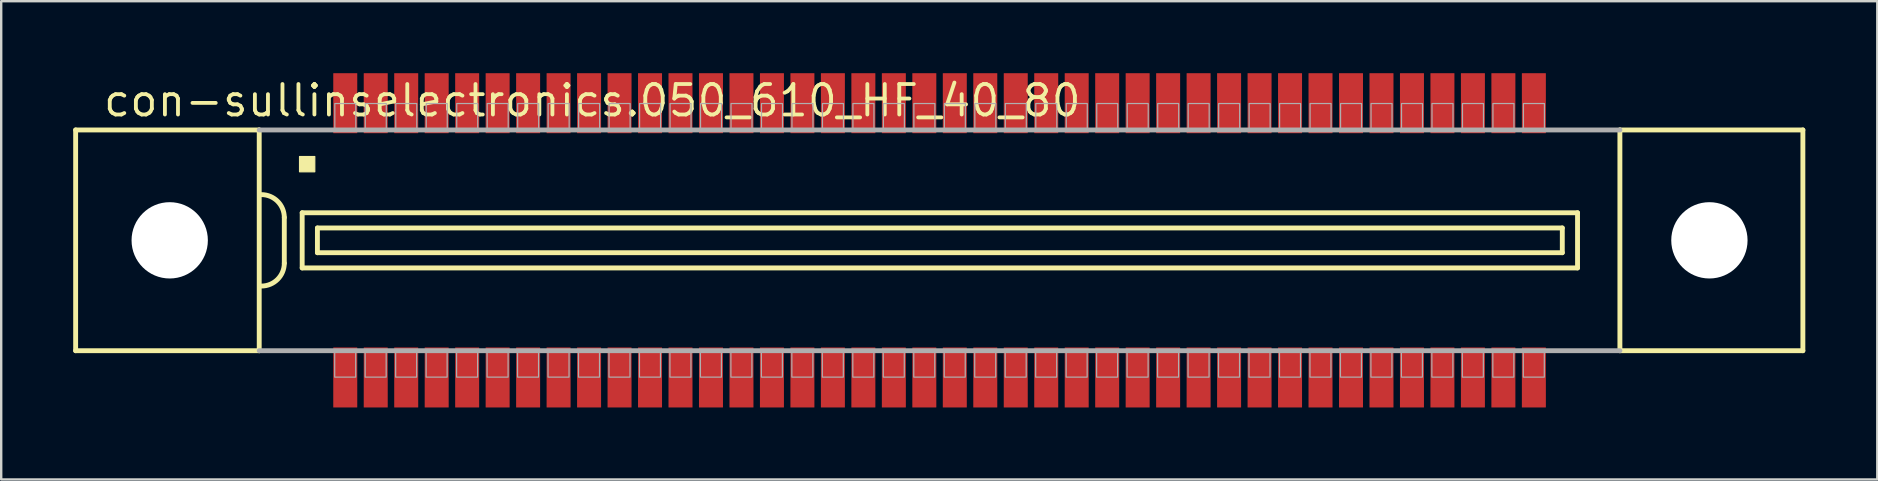
<source format=kicad_pcb>
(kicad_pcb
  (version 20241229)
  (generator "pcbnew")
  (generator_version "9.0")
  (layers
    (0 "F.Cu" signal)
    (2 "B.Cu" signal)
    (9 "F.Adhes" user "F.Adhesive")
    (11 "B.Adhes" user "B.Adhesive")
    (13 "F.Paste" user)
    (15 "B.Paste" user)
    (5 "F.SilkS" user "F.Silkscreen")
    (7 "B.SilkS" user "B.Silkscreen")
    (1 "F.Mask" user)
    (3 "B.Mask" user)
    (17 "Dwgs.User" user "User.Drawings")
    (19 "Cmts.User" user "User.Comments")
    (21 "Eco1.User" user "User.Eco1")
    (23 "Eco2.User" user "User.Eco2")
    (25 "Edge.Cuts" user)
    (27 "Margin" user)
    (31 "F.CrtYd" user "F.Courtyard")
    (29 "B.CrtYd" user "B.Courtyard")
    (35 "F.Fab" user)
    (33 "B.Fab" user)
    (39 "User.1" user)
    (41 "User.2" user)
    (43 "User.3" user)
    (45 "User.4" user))
  (footprint "con-sullinselectronics.050_610_HF_40_80"
    (layer "F.Cu")
    (at 36.102 6.965)
    (property "Reference" "con-sullinselectronics.050_610_HF_40_80" (at -34.925 -5.08 0) (layer "F.SilkS") (effects (font (size 1.27 1.27) (thickness 0.16)) (justify left bottom)))
    (attr smd)
    (fp_line (start -36 -4.6) (end -36 4.6) (stroke (width 0.203) (type default)) (layer "F.SilkS"))
    (fp_line (start -36 4.6) (end -28.35 4.6) (stroke (width 0.203) (type default)) (layer "F.SilkS"))
    (fp_line (start -28.35 -4.6) (end -36 -4.6) (stroke (width 0.203) (type default)) (layer "F.SilkS"))
    (fp_line (start -28.35 -4.6) (end -28.35 4.6) (stroke (width 0.203) (type default)) (layer "F.SilkS"))
    (fp_line (start -27.305 -0.953) (end -27.305 0.953) (stroke (width 0.203) (type default)) (layer "F.SilkS"))
    (fp_line (start -26.56 -1.15) (end -26.56 1.15) (stroke (width 0.203) (type default)) (layer "F.SilkS"))
    (fp_line (start -26.56 1.15) (end 26.585 1.15) (stroke (width 0.203) (type default)) (layer "F.SilkS"))
    (fp_line (start -25.925 -0.515) (end -25.925 0.515) (stroke (width 0.203) (type default)) (layer "F.SilkS"))
    (fp_line (start -25.925 0.515) (end 25.95 0.515) (stroke (width 0.203) (type default)) (layer "F.SilkS"))
    (fp_line (start 25.95 -0.515) (end -25.925 -0.515) (stroke (width 0.203) (type default)) (layer "F.SilkS"))
    (fp_line (start 25.95 0.515) (end 25.95 -0.515) (stroke (width 0.203) (type default)) (layer "F.SilkS"))
    (fp_line (start 26.585 -1.15) (end -26.56 -1.15) (stroke (width 0.203) (type default)) (layer "F.SilkS"))
    (fp_line (start 26.585 1.15) (end 26.585 -1.15) (stroke (width 0.203) (type default)) (layer "F.SilkS"))
    (fp_line (start 28.35 4.6) (end 28.35 -4.6) (stroke (width 0.203) (type default)) (layer "F.SilkS"))
    (fp_line (start 28.35 4.6) (end 35.975 4.6) (stroke (width 0.203) (type default)) (layer "F.SilkS"))
    (fp_line (start 35.975 -4.6) (end 28.35 -4.6) (stroke (width 0.203) (type default)) (layer "F.SilkS"))
    (fp_line (start 35.975 4.6) (end 35.975 -4.6) (stroke (width 0.203) (type default)) (layer "F.SilkS"))
    (fp_rect (start -26.67 -2.857) (end -26.035 -3.493) (stroke (width 0.05) (type default)) (fill yes) (layer "F.SilkS"))
    (fp_arc (start -28.2575 -1.905) (mid -27.583981 -1.626019) (end -27.305 -0.9525) (stroke (width 0.2032) (type default)) (layer "F.SilkS"))
    (fp_arc (start -27.305 0.9525) (mid -27.58401 1.62599) (end -28.2575 1.905) (stroke (width 0.2032) (type default)) (layer "F.SilkS"))
    (fp_line (start -28.35 4.6) (end 28.35 4.6) (stroke (width 0.203) (type default)) (layer "F.Fab"))
    (fp_line (start 28.35 -4.6) (end -28.35 -4.6) (stroke (width 0.203) (type default)) (layer "F.Fab"))
    (fp_rect (start -25.205 5.7) (end -24.33 4.65) (stroke (width 0.05) (type default)) (fill no) (layer "F.Fab"))
    (fp_rect (start -25.2 -4.65) (end -24.325 -5.7) (stroke (width 0.05) (type default)) (fill no) (layer "F.Fab"))
    (fp_rect (start -23.935 5.7) (end -23.06 4.65) (stroke (width 0.05) (type default)) (fill no) (layer "F.Fab"))
    (fp_rect (start -23.93 -4.65) (end -23.055 -5.7) (stroke (width 0.05) (type default)) (fill no) (layer "F.Fab"))
    (fp_rect (start -22.665 5.7) (end -21.79 4.65) (stroke (width 0.05) (type default)) (fill no) (layer "F.Fab"))
    (fp_rect (start -22.66 -4.65) (end -21.785 -5.7) (stroke (width 0.05) (type default)) (fill no) (layer "F.Fab"))
    (fp_rect (start -21.395 5.7) (end -20.52 4.65) (stroke (width 0.05) (type default)) (fill no) (layer "F.Fab"))
    (fp_rect (start -21.39 -4.65) (end -20.515 -5.7) (stroke (width 0.05) (type default)) (fill no) (layer "F.Fab"))
    (fp_rect (start -20.125 5.7) (end -19.25 4.65) (stroke (width 0.05) (type default)) (fill no) (layer "F.Fab"))
    (fp_rect (start -20.12 -4.65) (end -19.245 -5.7) (stroke (width 0.05) (type default)) (fill no) (layer "F.Fab"))
    (fp_rect (start -18.855 5.7) (end -17.98 4.65) (stroke (width 0.05) (type default)) (fill no) (layer "F.Fab"))
    (fp_rect (start -18.85 -4.65) (end -17.975 -5.7) (stroke (width 0.05) (type default)) (fill no) (layer "F.Fab"))
    (fp_rect (start -17.585 5.7) (end -16.71 4.65) (stroke (width 0.05) (type default)) (fill no) (layer "F.Fab"))
    (fp_rect (start -17.58 -4.65) (end -16.705 -5.7) (stroke (width 0.05) (type default)) (fill no) (layer "F.Fab"))
    (fp_rect (start -16.315 5.7) (end -15.44 4.65) (stroke (width 0.05) (type default)) (fill no) (layer "F.Fab"))
    (fp_rect (start -16.31 -4.65) (end -15.435 -5.7) (stroke (width 0.05) (type default)) (fill no) (layer "F.Fab"))
    (fp_rect (start -15.045 5.7) (end -14.17 4.65) (stroke (width 0.05) (type default)) (fill no) (layer "F.Fab"))
    (fp_rect (start -15.04 -4.65) (end -14.165 -5.7) (stroke (width 0.05) (type default)) (fill no) (layer "F.Fab"))
    (fp_rect (start -13.775 5.7) (end -12.9 4.65) (stroke (width 0.05) (type default)) (fill no) (layer "F.Fab"))
    (fp_rect (start -13.77 -4.65) (end -12.895 -5.7) (stroke (width 0.05) (type default)) (fill no) (layer "F.Fab"))
    (fp_rect (start -12.505 5.7) (end -11.63 4.65) (stroke (width 0.05) (type default)) (fill no) (layer "F.Fab"))
    (fp_rect (start -12.5 -4.65) (end -11.625 -5.7) (stroke (width 0.05) (type default)) (fill no) (layer "F.Fab"))
    (fp_rect (start -11.235 5.7) (end -10.36 4.65) (stroke (width 0.05) (type default)) (fill no) (layer "F.Fab"))
    (fp_rect (start -11.23 -4.65) (end -10.355 -5.7) (stroke (width 0.05) (type default)) (fill no) (layer "F.Fab"))
    (fp_rect (start -9.965 5.7) (end -9.09 4.65) (stroke (width 0.05) (type default)) (fill no) (layer "F.Fab"))
    (fp_rect (start -9.96 -4.65) (end -9.085 -5.7) (stroke (width 0.05) (type default)) (fill no) (layer "F.Fab"))
    (fp_rect (start -8.695 5.7) (end -7.82 4.65) (stroke (width 0.05) (type default)) (fill no) (layer "F.Fab"))
    (fp_rect (start -8.69 -4.65) (end -7.815 -5.7) (stroke (width 0.05) (type default)) (fill no) (layer "F.Fab"))
    (fp_rect (start -7.425 5.7) (end -6.55 4.65) (stroke (width 0.05) (type default)) (fill no) (layer "F.Fab"))
    (fp_rect (start -7.42 -4.65) (end -6.545 -5.7) (stroke (width 0.05) (type default)) (fill no) (layer "F.Fab"))
    (fp_rect (start -6.155 5.7) (end -5.28 4.65) (stroke (width 0.05) (type default)) (fill no) (layer "F.Fab"))
    (fp_rect (start -6.15 -4.65) (end -5.275 -5.7) (stroke (width 0.05) (type default)) (fill no) (layer "F.Fab"))
    (fp_rect (start -4.885 5.7) (end -4.01 4.65) (stroke (width 0.05) (type default)) (fill no) (layer "F.Fab"))
    (fp_rect (start -4.88 -4.65) (end -4.005 -5.7) (stroke (width 0.05) (type default)) (fill no) (layer "F.Fab"))
    (fp_rect (start -3.615 5.7) (end -2.74 4.65) (stroke (width 0.05) (type default)) (fill no) (layer "F.Fab"))
    (fp_rect (start -3.61 -4.65) (end -2.735 -5.7) (stroke (width 0.05) (type default)) (fill no) (layer "F.Fab"))
    (fp_rect (start -2.345 5.7) (end -1.47 4.65) (stroke (width 0.05) (type default)) (fill no) (layer "F.Fab"))
    (fp_rect (start -2.34 -4.65) (end -1.465 -5.7) (stroke (width 0.05) (type default)) (fill no) (layer "F.Fab"))
    (fp_rect (start -1.075 5.7) (end -0.2 4.65) (stroke (width 0.05) (type default)) (fill no) (layer "F.Fab"))
    (fp_rect (start -1.07 -4.65) (end -0.195 -5.7) (stroke (width 0.05) (type default)) (fill no) (layer "F.Fab"))
    (fp_rect (start 0.195 5.7) (end 1.07 4.65) (stroke (width 0.05) (type default)) (fill no) (layer "F.Fab"))
    (fp_rect (start 0.2 -4.65) (end 1.075 -5.7) (stroke (width 0.05) (type default)) (fill no) (layer "F.Fab"))
    (fp_rect (start 1.465 5.7) (end 2.34 4.65) (stroke (width 0.05) (type default)) (fill no) (layer "F.Fab"))
    (fp_rect (start 1.47 -4.65) (end 2.345 -5.7) (stroke (width 0.05) (type default)) (fill no) (layer "F.Fab"))
    (fp_rect (start 2.735 5.7) (end 3.61 4.65) (stroke (width 0.05) (type default)) (fill no) (layer "F.Fab"))
    (fp_rect (start 2.74 -4.65) (end 3.615 -5.7) (stroke (width 0.05) (type default)) (fill no) (layer "F.Fab"))
    (fp_rect (start 4.005 5.7) (end 4.88 4.65) (stroke (width 0.05) (type default)) (fill no) (layer "F.Fab"))
    (fp_rect (start 4.01 -4.65) (end 4.885 -5.7) (stroke (width 0.05) (type default)) (fill no) (layer "F.Fab"))
    (fp_rect (start 5.275 5.7) (end 6.15 4.65) (stroke (width 0.05) (type default)) (fill no) (layer "F.Fab"))
    (fp_rect (start 5.28 -4.65) (end 6.155 -5.7) (stroke (width 0.05) (type default)) (fill no) (layer "F.Fab"))
    (fp_rect (start 6.545 5.7) (end 7.42 4.65) (stroke (width 0.05) (type default)) (fill no) (layer "F.Fab"))
    (fp_rect (start 6.55 -4.65) (end 7.425 -5.7) (stroke (width 0.05) (type default)) (fill no) (layer "F.Fab"))
    (fp_rect (start 7.815 5.7) (end 8.69 4.65) (stroke (width 0.05) (type default)) (fill no) (layer "F.Fab"))
    (fp_rect (start 7.82 -4.65) (end 8.695 -5.7) (stroke (width 0.05) (type default)) (fill no) (layer "F.Fab"))
    (fp_rect (start 9.085 5.7) (end 9.96 4.65) (stroke (width 0.05) (type default)) (fill no) (layer "F.Fab"))
    (fp_rect (start 9.09 -4.65) (end 9.965 -5.7) (stroke (width 0.05) (type default)) (fill no) (layer "F.Fab"))
    (fp_rect (start 10.355 5.7) (end 11.23 4.65) (stroke (width 0.05) (type default)) (fill no) (layer "F.Fab"))
    (fp_rect (start 10.36 -4.65) (end 11.235 -5.7) (stroke (width 0.05) (type default)) (fill no) (layer "F.Fab"))
    (fp_rect (start 11.625 5.7) (end 12.5 4.65) (stroke (width 0.05) (type default)) (fill no) (layer "F.Fab"))
    (fp_rect (start 11.63 -4.65) (end 12.505 -5.7) (stroke (width 0.05) (type default)) (fill no) (layer "F.Fab"))
    (fp_rect (start 12.895 5.7) (end 13.77 4.65) (stroke (width 0.05) (type default)) (fill no) (layer "F.Fab"))
    (fp_rect (start 12.9 -4.65) (end 13.775 -5.7) (stroke (width 0.05) (type default)) (fill no) (layer "F.Fab"))
    (fp_rect (start 14.165 5.7) (end 15.04 4.65) (stroke (width 0.05) (type default)) (fill no) (layer "F.Fab"))
    (fp_rect (start 14.17 -4.65) (end 15.045 -5.7) (stroke (width 0.05) (type default)) (fill no) (layer "F.Fab"))
    (fp_rect (start 15.435 5.7) (end 16.31 4.65) (stroke (width 0.05) (type default)) (fill no) (layer "F.Fab"))
    (fp_rect (start 15.44 -4.65) (end 16.315 -5.7) (stroke (width 0.05) (type default)) (fill no) (layer "F.Fab"))
    (fp_rect (start 16.705 5.7) (end 17.58 4.65) (stroke (width 0.05) (type default)) (fill no) (layer "F.Fab"))
    (fp_rect (start 16.71 -4.65) (end 17.585 -5.7) (stroke (width 0.05) (type default)) (fill no) (layer "F.Fab"))
    (fp_rect (start 17.975 5.7) (end 18.85 4.65) (stroke (width 0.05) (type default)) (fill no) (layer "F.Fab"))
    (fp_rect (start 17.98 -4.65) (end 18.855 -5.7) (stroke (width 0.05) (type default)) (fill no) (layer "F.Fab"))
    (fp_rect (start 19.245 5.7) (end 20.12 4.65) (stroke (width 0.05) (type default)) (fill no) (layer "F.Fab"))
    (fp_rect (start 19.25 -4.65) (end 20.125 -5.7) (stroke (width 0.05) (type default)) (fill no) (layer "F.Fab"))
    (fp_rect (start 20.515 5.7) (end 21.39 4.65) (stroke (width 0.05) (type default)) (fill no) (layer "F.Fab"))
    (fp_rect (start 20.52 -4.65) (end 21.395 -5.7) (stroke (width 0.05) (type default)) (fill no) (layer "F.Fab"))
    (fp_rect (start 21.785 5.7) (end 22.66 4.65) (stroke (width 0.05) (type default)) (fill no) (layer "F.Fab"))
    (fp_rect (start 21.79 -4.65) (end 22.665 -5.7) (stroke (width 0.05) (type default)) (fill no) (layer "F.Fab"))
    (fp_rect (start 23.055 5.7) (end 23.93 4.65) (stroke (width 0.05) (type default)) (fill no) (layer "F.Fab"))
    (fp_rect (start 23.06 -4.65) (end 23.935 -5.7) (stroke (width 0.05) (type default)) (fill no) (layer "F.Fab"))
    (fp_rect (start 24.325 5.7) (end 25.2 4.65) (stroke (width 0.05) (type default)) (fill no) (layer "F.Fab"))
    (fp_rect (start 24.33 -4.65) (end 25.205 -5.7) (stroke (width 0.05) (type default)) (fill no) (layer "F.Fab"))
    (pad "" np_thru_hole circle (at -32.08 0) (size 3.18 3.18) (drill 3.18) (layers "*.Cu" "*.Mask"))
    (pad "" np_thru_hole circle (at 32.08 0) (size 3.18 3.18) (drill 3.18) (layers "*.Cu" "*.Mask"))
    (pad "1" smd roundrect (at -24.765 -5.715) (size 1 2.5) (layers "F.Cu" "F.Mask" "F.Paste") (roundrect_rratio 0.01))
    (pad "2" smd roundrect (at -23.495 -5.715) (size 1 2.5) (layers "F.Cu" "F.Mask" "F.Paste") (roundrect_rratio 0.01))
    (pad "3" smd roundrect (at -22.225 -5.715) (size 1 2.5) (layers "F.Cu" "F.Mask" "F.Paste") (roundrect_rratio 0.01))
    (pad "4" smd roundrect (at -20.955 -5.715) (size 1 2.5) (layers "F.Cu" "F.Mask" "F.Paste") (roundrect_rratio 0.01))
    (pad "5" smd roundrect (at -19.685 -5.715) (size 1 2.5) (layers "F.Cu" "F.Mask" "F.Paste") (roundrect_rratio 0.01))
    (pad "6" smd roundrect (at -18.415 -5.715) (size 1 2.5) (layers "F.Cu" "F.Mask" "F.Paste") (roundrect_rratio 0.01))
    (pad "7" smd roundrect (at -17.145 -5.715) (size 1 2.5) (layers "F.Cu" "F.Mask" "F.Paste") (roundrect_rratio 0.01))
    (pad "8" smd roundrect (at -15.875 -5.715) (size 1 2.5) (layers "F.Cu" "F.Mask" "F.Paste") (roundrect_rratio 0.01))
    (pad "9" smd roundrect (at -14.605 -5.715) (size 1 2.5) (layers "F.Cu" "F.Mask" "F.Paste") (roundrect_rratio 0.01))
    (pad "10" smd roundrect (at -13.335 -5.715) (size 1 2.5) (layers "F.Cu" "F.Mask" "F.Paste") (roundrect_rratio 0.01))
    (pad "11" smd roundrect (at -12.065 -5.715 180) (size 1 2.5) (layers "F.Cu" "F.Mask" "F.Paste") (roundrect_rratio 0.01))
    (pad "12" smd roundrect (at -10.795 -5.715 180) (size 1 2.5) (layers "F.Cu" "F.Mask" "F.Paste") (roundrect_rratio 0.01))
    (pad "13" smd roundrect (at -9.525 -5.715 180) (size 1 2.5) (layers "F.Cu" "F.Mask" "F.Paste") (roundrect_rratio 0.01))
    (pad "14" smd roundrect (at -8.255 -5.715 180) (size 1 2.5) (layers "F.Cu" "F.Mask" "F.Paste") (roundrect_rratio 0.01))
    (pad "15" smd roundrect (at -6.985 -5.715 180) (size 1 2.5) (layers "F.Cu" "F.Mask" "F.Paste") (roundrect_rratio 0.01))
    (pad "16" smd roundrect (at -5.715 -5.715 180) (size 1 2.5) (layers "F.Cu" "F.Mask" "F.Paste") (roundrect_rratio 0.01))
    (pad "17" smd roundrect (at -4.445 -5.715 180) (size 1 2.5) (layers "F.Cu" "F.Mask" "F.Paste") (roundrect_rratio 0.01))
    (pad "18" smd roundrect (at -3.175 -5.715 180) (size 1 2.5) (layers "F.Cu" "F.Mask" "F.Paste") (roundrect_rratio 0.01))
    (pad "19" smd roundrect (at -1.905 -5.715 180) (size 1 2.5) (layers "F.Cu" "F.Mask" "F.Paste") (roundrect_rratio 0.01))
    (pad "20" smd roundrect (at -0.635 -5.715 180) (size 1 2.5) (layers "F.Cu" "F.Mask" "F.Paste") (roundrect_rratio 0.01))
    (pad "21" smd roundrect (at 0.635 -5.715 180) (size 1 2.5) (layers "F.Cu" "F.Mask" "F.Paste") (roundrect_rratio 0.01))
    (pad "22" smd roundrect (at 1.905 -5.715 180) (size 1 2.5) (layers "F.Cu" "F.Mask" "F.Paste") (roundrect_rratio 0.01))
    (pad "23" smd roundrect (at 3.175 -5.715 180) (size 1 2.5) (layers "F.Cu" "F.Mask" "F.Paste") (roundrect_rratio 0.01))
    (pad "24" smd roundrect (at 4.445 -5.715 180) (size 1 2.5) (layers "F.Cu" "F.Mask" "F.Paste") (roundrect_rratio 0.01))
    (pad "25" smd roundrect (at 5.715 -5.715 180) (size 1 2.5) (layers "F.Cu" "F.Mask" "F.Paste") (roundrect_rratio 0.01))
    (pad "26" smd roundrect (at 6.985 -5.715 180) (size 1 2.5) (layers "F.Cu" "F.Mask" "F.Paste") (roundrect_rratio 0.01))
    (pad "27" smd roundrect (at 8.255 -5.715 180) (size 1 2.5) (layers "F.Cu" "F.Mask" "F.Paste") (roundrect_rratio 0.01))
    (pad "28" smd roundrect (at 9.525 -5.715 180) (size 1 2.5) (layers "F.Cu" "F.Mask" "F.Paste") (roundrect_rratio 0.01))
    (pad "29" smd roundrect (at 10.795 -5.715 180) (size 1 2.5) (layers "F.Cu" "F.Mask" "F.Paste") (roundrect_rratio 0.01))
    (pad "30" smd roundrect (at 12.065 -5.715 180) (size 1 2.5) (layers "F.Cu" "F.Mask" "F.Paste") (roundrect_rratio 0.01))
    (pad "31" smd roundrect (at 13.335 -5.715 180) (size 1 2.5) (layers "F.Cu" "F.Mask" "F.Paste") (roundrect_rratio 0.01))
    (pad "32" smd roundrect (at 14.605 -5.715 180) (size 1 2.5) (layers "F.Cu" "F.Mask" "F.Paste") (roundrect_rratio 0.01))
    (pad "33" smd roundrect (at 15.875 -5.715 180) (size 1 2.5) (layers "F.Cu" "F.Mask" "F.Paste") (roundrect_rratio 0.01))
    (pad "34" smd roundrect (at 17.145 -5.715 180) (size 1 2.5) (layers "F.Cu" "F.Mask" "F.Paste") (roundrect_rratio 0.01))
    (pad "35" smd roundrect (at 18.415 -5.715 180) (size 1 2.5) (layers "F.Cu" "F.Mask" "F.Paste") (roundrect_rratio 0.01))
    (pad "36" smd roundrect (at 19.685 -5.715 180) (size 1 2.5) (layers "F.Cu" "F.Mask" "F.Paste") (roundrect_rratio 0.01))
    (pad "37" smd roundrect (at 20.955 -5.715 180) (size 1 2.5) (layers "F.Cu" "F.Mask" "F.Paste") (roundrect_rratio 0.01))
    (pad "38" smd roundrect (at 22.225 -5.715 180) (size 1 2.5) (layers "F.Cu" "F.Mask" "F.Paste") (roundrect_rratio 0.01))
    (pad "39" smd roundrect (at 23.495 -5.715 180) (size 1 2.5) (layers "F.Cu" "F.Mask" "F.Paste") (roundrect_rratio 0.01))
    (pad "40" smd roundrect (at 24.765 -5.715 180) (size 1 2.5) (layers "F.Cu" "F.Mask" "F.Paste") (roundrect_rratio 0.01))
    (pad "41" smd roundrect (at -24.765 5.715) (size 1 2.5) (layers "F.Cu" "F.Mask" "F.Paste") (roundrect_rratio 0.01))
    (pad "42" smd roundrect (at -23.495 5.715) (size 1 2.5) (layers "F.Cu" "F.Mask" "F.Paste") (roundrect_rratio 0.01))
    (pad "43" smd roundrect (at -22.225 5.715) (size 1 2.5) (layers "F.Cu" "F.Mask" "F.Paste") (roundrect_rratio 0.01))
    (pad "44" smd roundrect (at -20.955 5.715) (size 1 2.5) (layers "F.Cu" "F.Mask" "F.Paste") (roundrect_rratio 0.01))
    (pad "45" smd roundrect (at -19.685 5.715) (size 1 2.5) (layers "F.Cu" "F.Mask" "F.Paste") (roundrect_rratio 0.01))
    (pad "46" smd roundrect (at -18.415 5.715) (size 1 2.5) (layers "F.Cu" "F.Mask" "F.Paste") (roundrect_rratio 0.01))
    (pad "47" smd roundrect (at -17.145 5.715) (size 1 2.5) (layers "F.Cu" "F.Mask" "F.Paste") (roundrect_rratio 0.01))
    (pad "48" smd roundrect (at -15.875 5.715) (size 1 2.5) (layers "F.Cu" "F.Mask" "F.Paste") (roundrect_rratio 0.01))
    (pad "49" smd roundrect (at -14.605 5.715) (size 1 2.5) (layers "F.Cu" "F.Mask" "F.Paste") (roundrect_rratio 0.01))
    (pad "50" smd roundrect (at -13.335 5.715) (size 1 2.5) (layers "F.Cu" "F.Mask" "F.Paste") (roundrect_rratio 0.01))
    (pad "51" smd roundrect (at -12.065 5.715) (size 1 2.5) (layers "F.Cu" "F.Mask" "F.Paste") (roundrect_rratio 0.01))
    (pad "52" smd roundrect (at -10.795 5.715) (size 1 2.5) (layers "F.Cu" "F.Mask" "F.Paste") (roundrect_rratio 0.01))
    (pad "53" smd roundrect (at -9.525 5.715) (size 1 2.5) (layers "F.Cu" "F.Mask" "F.Paste") (roundrect_rratio 0.01))
    (pad "54" smd roundrect (at -8.255 5.715) (size 1 2.5) (layers "F.Cu" "F.Mask" "F.Paste") (roundrect_rratio 0.01))
    (pad "55" smd roundrect (at -6.985 5.715) (size 1 2.5) (layers "F.Cu" "F.Mask" "F.Paste") (roundrect_rratio 0.01))
    (pad "56" smd roundrect (at -5.715 5.715) (size 1 2.5) (layers "F.Cu" "F.Mask" "F.Paste") (roundrect_rratio 0.01))
    (pad "57" smd roundrect (at -4.445 5.715) (size 1 2.5) (layers "F.Cu" "F.Mask" "F.Paste") (roundrect_rratio 0.01))
    (pad "58" smd roundrect (at -3.175 5.715) (size 1 2.5) (layers "F.Cu" "F.Mask" "F.Paste") (roundrect_rratio 0.01))
    (pad "59" smd roundrect (at -1.905 5.715) (size 1 2.5) (layers "F.Cu" "F.Mask" "F.Paste") (roundrect_rratio 0.01))
    (pad "60" smd roundrect (at -0.635 5.715) (size 1 2.5) (layers "F.Cu" "F.Mask" "F.Paste") (roundrect_rratio 0.01))
    (pad "61" smd roundrect (at 0.635 5.715) (size 1 2.5) (layers "F.Cu" "F.Mask" "F.Paste") (roundrect_rratio 0.01))
    (pad "62" smd roundrect (at 1.905 5.715) (size 1 2.5) (layers "F.Cu" "F.Mask" "F.Paste") (roundrect_rratio 0.01))
    (pad "63" smd roundrect (at 3.175 5.715) (size 1 2.5) (layers "F.Cu" "F.Mask" "F.Paste") (roundrect_rratio 0.01))
    (pad "64" smd roundrect (at 4.445 5.715) (size 1 2.5) (layers "F.Cu" "F.Mask" "F.Paste") (roundrect_rratio 0.01))
    (pad "65" smd roundrect (at 5.715 5.715) (size 1 2.5) (layers "F.Cu" "F.Mask" "F.Paste") (roundrect_rratio 0.01))
    (pad "66" smd roundrect (at 6.985 5.715) (size 1 2.5) (layers "F.Cu" "F.Mask" "F.Paste") (roundrect_rratio 0.01))
    (pad "67" smd roundrect (at 8.255 5.715) (size 1 2.5) (layers "F.Cu" "F.Mask" "F.Paste") (roundrect_rratio 0.01))
    (pad "68" smd roundrect (at 9.525 5.715) (size 1 2.5) (layers "F.Cu" "F.Mask" "F.Paste") (roundrect_rratio 0.01))
    (pad "69" smd roundrect (at 10.795 5.715) (size 1 2.5) (layers "F.Cu" "F.Mask" "F.Paste") (roundrect_rratio 0.01))
    (pad "70" smd roundrect (at 12.065 5.715) (size 1 2.5) (layers "F.Cu" "F.Mask" "F.Paste") (roundrect_rratio 0.01))
    (pad "71" smd roundrect (at 13.335 5.715) (size 1 2.5) (layers "F.Cu" "F.Mask" "F.Paste") (roundrect_rratio 0.01))
    (pad "72" smd roundrect (at 14.605 5.715) (size 1 2.5) (layers "F.Cu" "F.Mask" "F.Paste") (roundrect_rratio 0.01))
    (pad "73" smd roundrect (at 15.875 5.715) (size 1 2.5) (layers "F.Cu" "F.Mask" "F.Paste") (roundrect_rratio 0.01))
    (pad "74" smd roundrect (at 17.145 5.715) (size 1 2.5) (layers "F.Cu" "F.Mask" "F.Paste") (roundrect_rratio 0.01))
    (pad "75" smd roundrect (at 18.415 5.715) (size 1 2.5) (layers "F.Cu" "F.Mask" "F.Paste") (roundrect_rratio 0.01))
    (pad "76" smd roundrect (at 19.685 5.715) (size 1 2.5) (layers "F.Cu" "F.Mask" "F.Paste") (roundrect_rratio 0.01))
    (pad "77" smd roundrect (at 20.955 5.715) (size 1 2.5) (layers "F.Cu" "F.Mask" "F.Paste") (roundrect_rratio 0.01))
    (pad "78" smd roundrect (at 22.225 5.715) (size 1 2.5) (layers "F.Cu" "F.Mask" "F.Paste") (roundrect_rratio 0.01))
    (pad "79" smd roundrect (at 23.495 5.715) (size 1 2.5) (layers "F.Cu" "F.Mask" "F.Paste") (roundrect_rratio 0.01))
    (pad "80" smd roundrect (at 24.765 5.715) (size 1 2.5) (layers "F.Cu" "F.Mask" "F.Paste") (roundrect_rratio 0.01)))
  (gr_rect
    (start -3 -3)
    (end 75.178 16.93)
    (stroke (width 0.1) (type default))
    (fill no)
    (layer "Edge.Cuts")))
</source>
